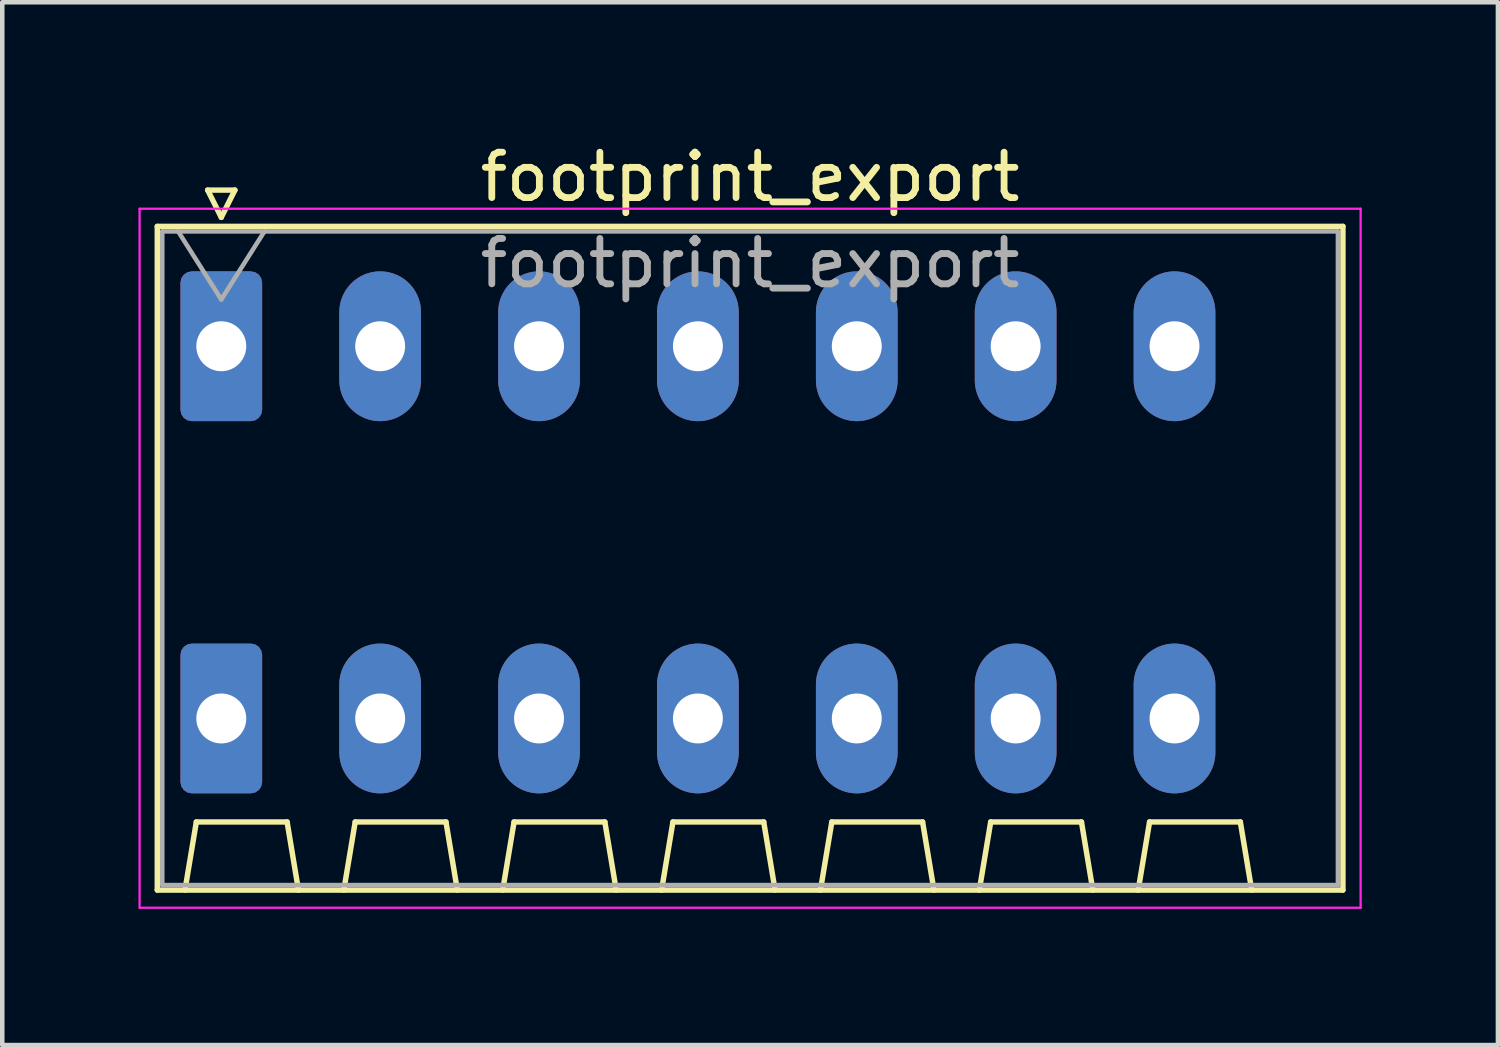
<source format=kicad_pcb>
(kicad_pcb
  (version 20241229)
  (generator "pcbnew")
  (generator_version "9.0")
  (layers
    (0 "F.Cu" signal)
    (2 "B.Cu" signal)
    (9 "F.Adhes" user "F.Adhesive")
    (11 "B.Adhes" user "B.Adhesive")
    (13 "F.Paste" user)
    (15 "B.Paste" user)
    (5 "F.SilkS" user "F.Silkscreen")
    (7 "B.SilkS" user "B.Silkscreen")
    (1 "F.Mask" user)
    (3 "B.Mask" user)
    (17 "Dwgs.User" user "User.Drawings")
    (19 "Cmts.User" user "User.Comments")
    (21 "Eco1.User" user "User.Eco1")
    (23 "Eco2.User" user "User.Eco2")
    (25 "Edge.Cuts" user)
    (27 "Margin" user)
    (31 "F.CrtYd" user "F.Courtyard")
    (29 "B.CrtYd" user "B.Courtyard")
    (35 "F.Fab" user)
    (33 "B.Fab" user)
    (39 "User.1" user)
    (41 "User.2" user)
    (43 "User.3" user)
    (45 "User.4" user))
  (footprint "footprint_export"
    (layer "F.Cu")
    (at 1.825 4.578)
    (property "Reference" "footprint_export" (at 11.65 -3.73 0) (layer "F.SilkS") (effects (font (size 1 1) (thickness 0.15))))
    (attr through_hole)
    (fp_line (start -1.41 -2.64) (end 24.71 -2.64) (stroke (width 0.12) (type solid)) (layer "F.SilkS"))
    (fp_line (start -1.41 11.98) (end -1.41 -2.64) (stroke (width 0.12) (type solid)) (layer "F.SilkS"))
    (fp_line (start -0.8 11.98) (end -0.55 10.48) (stroke (width 0.12) (type solid)) (layer "F.SilkS"))
    (fp_line (start -0.55 10.48) (end 1.45 10.48) (stroke (width 0.12) (type solid)) (layer "F.SilkS"))
    (fp_line (start -0.3 -3.44) (end 0 -2.84) (stroke (width 0.12) (type solid)) (layer "F.SilkS"))
    (fp_line (start -0.3 -3.44) (end 0.3 -3.44) (stroke (width 0.12) (type solid)) (layer "F.SilkS"))
    (fp_line (start 0.3 -3.44) (end 0 -2.84) (stroke (width 0.12) (type solid)) (layer "F.SilkS"))
    (fp_line (start 1.7 11.98) (end 1.45 10.48) (stroke (width 0.12) (type solid)) (layer "F.SilkS"))
    (fp_line (start 2.7 11.98) (end 2.95 10.48) (stroke (width 0.12) (type solid)) (layer "F.SilkS"))
    (fp_line (start 2.95 10.48) (end 4.95 10.48) (stroke (width 0.12) (type solid)) (layer "F.SilkS"))
    (fp_line (start 5.2 11.98) (end 4.95 10.48) (stroke (width 0.12) (type solid)) (layer "F.SilkS"))
    (fp_line (start 6.2 11.98) (end 6.45 10.48) (stroke (width 0.12) (type solid)) (layer "F.SilkS"))
    (fp_line (start 6.45 10.48) (end 8.45 10.48) (stroke (width 0.12) (type solid)) (layer "F.SilkS"))
    (fp_line (start 8.7 11.98) (end 8.45 10.48) (stroke (width 0.12) (type solid)) (layer "F.SilkS"))
    (fp_line (start 9.7 11.98) (end 9.95 10.48) (stroke (width 0.12) (type solid)) (layer "F.SilkS"))
    (fp_line (start 9.95 10.48) (end 11.95 10.48) (stroke (width 0.12) (type solid)) (layer "F.SilkS"))
    (fp_line (start 12.2 11.98) (end 11.95 10.48) (stroke (width 0.12) (type solid)) (layer "F.SilkS"))
    (fp_line (start 13.2 11.98) (end 13.45 10.48) (stroke (width 0.12) (type solid)) (layer "F.SilkS"))
    (fp_line (start 13.45 10.48) (end 15.45 10.48) (stroke (width 0.12) (type solid)) (layer "F.SilkS"))
    (fp_line (start 15.7 11.98) (end 15.45 10.48) (stroke (width 0.12) (type solid)) (layer "F.SilkS"))
    (fp_line (start 16.7 11.98) (end 16.95 10.48) (stroke (width 0.12) (type solid)) (layer "F.SilkS"))
    (fp_line (start 16.95 10.48) (end 18.95 10.48) (stroke (width 0.12) (type solid)) (layer "F.SilkS"))
    (fp_line (start 19.2 11.98) (end 18.95 10.48) (stroke (width 0.12) (type solid)) (layer "F.SilkS"))
    (fp_line (start 20.2 11.98) (end 20.45 10.48) (stroke (width 0.12) (type solid)) (layer "F.SilkS"))
    (fp_line (start 20.45 10.48) (end 22.45 10.48) (stroke (width 0.12) (type solid)) (layer "F.SilkS"))
    (fp_line (start 22.7 11.98) (end 22.45 10.48) (stroke (width 0.12) (type solid)) (layer "F.SilkS"))
    (fp_line (start 24.71 -2.64) (end 24.71 11.98) (stroke (width 0.12) (type solid)) (layer "F.SilkS"))
    (fp_line (start 24.71 11.98) (end -1.41 11.98) (stroke (width 0.12) (type solid)) (layer "F.SilkS"))
    (fp_line (start -1.8 -3.03) (end -1.8 12.37) (stroke (width 0.05) (type solid)) (layer "F.CrtYd"))
    (fp_line (start -1.8 12.37) (end 25.1 12.37) (stroke (width 0.05) (type solid)) (layer "F.CrtYd"))
    (fp_line (start 25.1 -3.03) (end -1.8 -3.03) (stroke (width 0.05) (type solid)) (layer "F.CrtYd"))
    (fp_line (start 25.1 12.37) (end 25.1 -3.03) (stroke (width 0.05) (type solid)) (layer "F.CrtYd"))
    (fp_line (start -1.3 -2.53) (end -1.3 11.87) (stroke (width 0.1) (type solid)) (layer "F.Fab"))
    (fp_line (start -1.3 11.87) (end 24.6 11.87) (stroke (width 0.1) (type solid)) (layer "F.Fab"))
    (fp_line (start -0.95 -2.53) (end 0 -1.03) (stroke (width 0.1) (type solid)) (layer "F.Fab"))
    (fp_line (start 0.95 -2.53) (end 0 -1.03) (stroke (width 0.1) (type solid)) (layer "F.Fab"))
    (fp_line (start 24.6 -2.53) (end -1.3 -2.53) (stroke (width 0.1) (type solid)) (layer "F.Fab"))
    (fp_line (start 24.6 11.87) (end 24.6 -2.53) (stroke (width 0.1) (type solid)) (layer "F.Fab"))
    (fp_text user "${REFERENCE}" (at 11.65 -1.83 0) (layer "F.Fab") (effects (font (size 1 1) (thickness 0.15))))
    (pad "1" thru_hole roundrect (at 0 0) (size 1.8 3.3) (drill 1.1) (layers "*.Cu" "*.Mask") (roundrect_rratio 0.139))
    (pad "1" thru_hole roundrect (at 0 8.2) (size 1.8 3.3) (drill 1.1) (layers "*.Cu" "*.Mask") (roundrect_rratio 0.139))
    (pad "2" thru_hole oval (at 3.5 0) (size 1.8 3.3) (drill 1.1) (layers "*.Cu" "*.Mask"))
    (pad "2" thru_hole oval (at 3.5 8.2) (size 1.8 3.3) (drill 1.1) (layers "*.Cu" "*.Mask"))
    (pad "3" thru_hole oval (at 7 0) (size 1.8 3.3) (drill 1.1) (layers "*.Cu" "*.Mask"))
    (pad "3" thru_hole oval (at 7 8.2) (size 1.8 3.3) (drill 1.1) (layers "*.Cu" "*.Mask"))
    (pad "4" thru_hole oval (at 10.5 0) (size 1.8 3.3) (drill 1.1) (layers "*.Cu" "*.Mask"))
    (pad "4" thru_hole oval (at 10.5 8.2) (size 1.8 3.3) (drill 1.1) (layers "*.Cu" "*.Mask"))
    (pad "5" thru_hole oval (at 14 0) (size 1.8 3.3) (drill 1.1) (layers "*.Cu" "*.Mask"))
    (pad "5" thru_hole oval (at 14 8.2) (size 1.8 3.3) (drill 1.1) (layers "*.Cu" "*.Mask"))
    (pad "6" thru_hole oval (at 17.5 0) (size 1.8 3.3) (drill 1.1) (layers "*.Cu" "*.Mask"))
    (pad "6" thru_hole oval (at 17.5 8.2) (size 1.8 3.3) (drill 1.1) (layers "*.Cu" "*.Mask"))
    (pad "7" thru_hole oval (at 21 0) (size 1.8 3.3) (drill 1.1) (layers "*.Cu" "*.Mask"))
    (pad "7" thru_hole oval (at 21 8.2) (size 1.8 3.3) (drill 1.1) (layers "*.Cu" "*.Mask")))
  (gr_rect
    (start -3 -3)
    (end 29.95 19.973)
    (stroke (width 0.1) (type default))
    (fill no)
    (layer "Edge.Cuts")))
</source>
